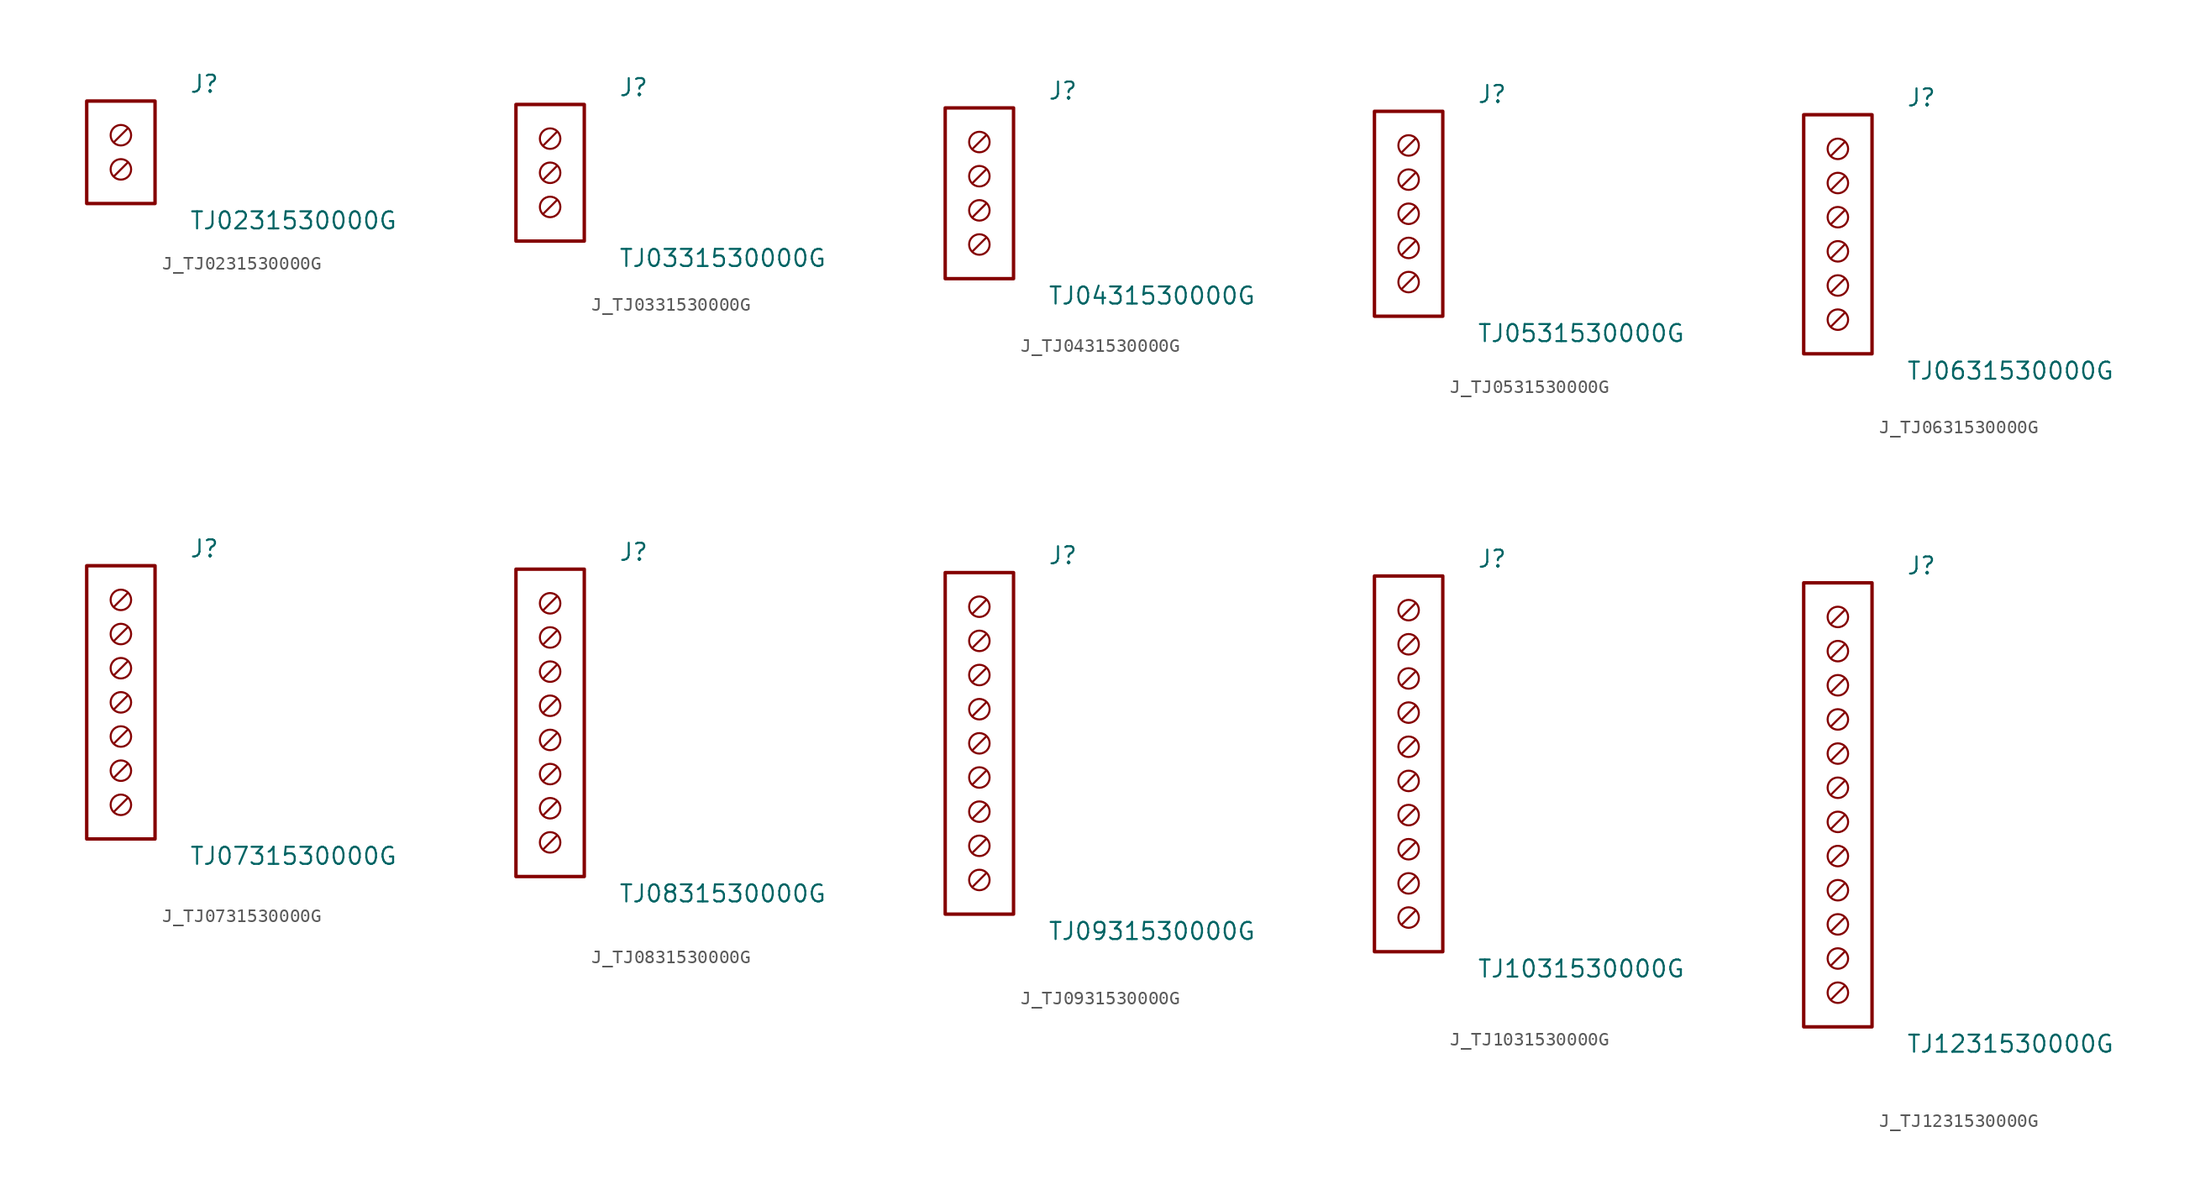
<source format=kicad_sym>
(kicad_symbol_lib
  (version 20231120)
  (generator kicad_symbol_editor)
  (generator_version 8.0)
  (symbol "J_TJ0231530000G"
    (pin_names
      (offset 0.254))
    (property "Reference" "J"
      (at 5.08 5.08 0)
      (effects (font (size 1.27 1.27)) (justify left)))
    (property "Value" "TJ0231530000G"
      (at 5.08 -5.08 0)
      (effects (font (size 1.27 1.27)) (justify left)))
    (symbol "J_TJ0231530000G_0_0"
      (circle (center 0 1.27) (radius 0.762) (stroke (width 0) (type default)) (fill (type none)))
      (polyline (pts (xy 0.508 1.778) (xy -0.508 0.762)) (stroke (width 0) (type default)) (fill (type none)))
      (circle (center 0 -1.27) (radius 0.762) (stroke (width 0) (type default)) (fill (type none)))
      (polyline (pts (xy 0.508 -0.762) (xy -0.508 -1.778)) (stroke (width 0) (type default)) (fill (type none))))
    (symbol "J_TJ0231530000G_1_0"
      (rectangle (start -2.54 3.81) (end 2.54 -3.81) (stroke (width 0.254) (type solid)) (fill (type none)))))
  (symbol "J_TJ0331530000G"
    (pin_names
      (offset 0.254))
    (property "Reference" "J"
      (at 5.08 6.35 0)
      (effects (font (size 1.27 1.27)) (justify left)))
    (property "Value" "TJ0331530000G"
      (at 5.08 -6.35 0)
      (effects (font (size 1.27 1.27)) (justify left)))
    (symbol "J_TJ0331530000G_0_0"
      (circle (center 0 2.54) (radius 0.762) (stroke (width 0) (type default)) (fill (type none)))
      (polyline (pts (xy 0.508 3.048) (xy -0.508 2.032)) (stroke (width 0) (type default)) (fill (type none)))
      (circle (center 0 0.0) (radius 0.762) (stroke (width 0) (type default)) (fill (type none)))
      (polyline (pts (xy 0.508 0.508) (xy -0.508 -0.508)) (stroke (width 0) (type default)) (fill (type none)))
      (circle (center 0 -2.54) (radius 0.762) (stroke (width 0) (type default)) (fill (type none)))
      (polyline (pts (xy 0.508 -2.032) (xy -0.508 -3.048)) (stroke (width 0) (type default)) (fill (type none))))
    (symbol "J_TJ0331530000G_1_0"
      (rectangle (start -2.54 5.08) (end 2.54 -5.08) (stroke (width 0.254) (type solid)) (fill (type none)))))
  (symbol "J_TJ0431530000G"
    (pin_names
      (offset 0.254))
    (property "Reference" "J"
      (at 5.08 7.62 0)
      (effects (font (size 1.27 1.27)) (justify left)))
    (property "Value" "TJ0431530000G"
      (at 5.08 -7.62 0)
      (effects (font (size 1.27 1.27)) (justify left)))
    (symbol "J_TJ0431530000G_0_0"
      (circle (center 0 3.81) (radius 0.762) (stroke (width 0) (type default)) (fill (type none)))
      (polyline (pts (xy 0.508 4.318) (xy -0.508 3.302)) (stroke (width 0) (type default)) (fill (type none)))
      (circle (center 0 1.27) (radius 0.762) (stroke (width 0) (type default)) (fill (type none)))
      (polyline (pts (xy 0.508 1.778) (xy -0.508 0.762)) (stroke (width 0) (type default)) (fill (type none)))
      (circle (center 0 -1.27) (radius 0.762) (stroke (width 0) (type default)) (fill (type none)))
      (polyline (pts (xy 0.508 -0.762) (xy -0.508 -1.778)) (stroke (width 0) (type default)) (fill (type none)))
      (circle (center 0 -3.81) (radius 0.762) (stroke (width 0) (type default)) (fill (type none)))
      (polyline (pts (xy 0.508 -3.302) (xy -0.508 -4.318)) (stroke (width 0) (type default)) (fill (type none))))
    (symbol "J_TJ0431530000G_1_0"
      (rectangle (start -2.54 6.35) (end 2.54 -6.35) (stroke (width 0.254) (type solid)) (fill (type none)))))
  (symbol "J_TJ0531530000G"
    (pin_names
      (offset 0.254))
    (property "Reference" "J"
      (at 5.08 8.89 0)
      (effects (font (size 1.27 1.27)) (justify left)))
    (property "Value" "TJ0531530000G"
      (at 5.08 -8.89 0)
      (effects (font (size 1.27 1.27)) (justify left)))
    (symbol "J_TJ0531530000G_0_0"
      (circle (center 0 5.08) (radius 0.762) (stroke (width 0) (type default)) (fill (type none)))
      (polyline (pts (xy 0.508 5.588) (xy -0.508 4.572)) (stroke (width 0) (type default)) (fill (type none)))
      (circle (center 0 2.54) (radius 0.762) (stroke (width 0) (type default)) (fill (type none)))
      (polyline (pts (xy 0.508 3.048) (xy -0.508 2.032)) (stroke (width 0) (type default)) (fill (type none)))
      (circle (center 0 0.0) (radius 0.762) (stroke (width 0) (type default)) (fill (type none)))
      (polyline (pts (xy 0.508 0.508) (xy -0.508 -0.508)) (stroke (width 0) (type default)) (fill (type none)))
      (circle (center 0 -2.54) (radius 0.762) (stroke (width 0) (type default)) (fill (type none)))
      (polyline (pts (xy 0.508 -2.032) (xy -0.508 -3.048)) (stroke (width 0) (type default)) (fill (type none)))
      (circle (center 0 -5.08) (radius 0.762) (stroke (width 0) (type default)) (fill (type none)))
      (polyline (pts (xy 0.508 -4.572) (xy -0.508 -5.588)) (stroke (width 0) (type default)) (fill (type none))))
    (symbol "J_TJ0531530000G_1_0"
      (rectangle (start -2.54 7.62) (end 2.54 -7.62) (stroke (width 0.254) (type solid)) (fill (type none)))))
  (symbol "J_TJ0631530000G"
    (pin_names
      (offset 0.254))
    (property "Reference" "J"
      (at 5.08 10.16 0)
      (effects (font (size 1.27 1.27)) (justify left)))
    (property "Value" "TJ0631530000G"
      (at 5.08 -10.16 0)
      (effects (font (size 1.27 1.27)) (justify left)))
    (symbol "J_TJ0631530000G_0_0"
      (circle (center 0 6.35) (radius 0.762) (stroke (width 0) (type default)) (fill (type none)))
      (polyline (pts (xy 0.508 6.858) (xy -0.508 5.842)) (stroke (width 0) (type default)) (fill (type none)))
      (circle (center 0 3.81) (radius 0.762) (stroke (width 0) (type default)) (fill (type none)))
      (polyline (pts (xy 0.508 4.318) (xy -0.508 3.302)) (stroke (width 0) (type default)) (fill (type none)))
      (circle (center 0 1.27) (radius 0.762) (stroke (width 0) (type default)) (fill (type none)))
      (polyline (pts (xy 0.508 1.778) (xy -0.508 0.762)) (stroke (width 0) (type default)) (fill (type none)))
      (circle (center 0 -1.27) (radius 0.762) (stroke (width 0) (type default)) (fill (type none)))
      (polyline (pts (xy 0.508 -0.762) (xy -0.508 -1.778)) (stroke (width 0) (type default)) (fill (type none)))
      (circle (center 0 -3.81) (radius 0.762) (stroke (width 0) (type default)) (fill (type none)))
      (polyline (pts (xy 0.508 -3.302) (xy -0.508 -4.318)) (stroke (width 0) (type default)) (fill (type none)))
      (circle (center 0 -6.35) (radius 0.762) (stroke (width 0) (type default)) (fill (type none)))
      (polyline (pts (xy 0.508 -5.842) (xy -0.508 -6.858)) (stroke (width 0) (type default)) (fill (type none))))
    (symbol "J_TJ0631530000G_1_0"
      (rectangle (start -2.54 8.89) (end 2.54 -8.89) (stroke (width 0.254) (type solid)) (fill (type none)))))
  (symbol "J_TJ0731530000G"
    (pin_names
      (offset 0.254))
    (property "Reference" "J"
      (at 5.08 11.43 0)
      (effects (font (size 1.27 1.27)) (justify left)))
    (property "Value" "TJ0731530000G"
      (at 5.08 -11.43 0)
      (effects (font (size 1.27 1.27)) (justify left)))
    (symbol "J_TJ0731530000G_0_0"
      (circle (center 0 7.62) (radius 0.762) (stroke (width 0) (type default)) (fill (type none)))
      (polyline (pts (xy 0.508 8.128) (xy -0.508 7.112)) (stroke (width 0) (type default)) (fill (type none)))
      (circle (center 0 5.08) (radius 0.762) (stroke (width 0) (type default)) (fill (type none)))
      (polyline (pts (xy 0.508 5.588) (xy -0.508 4.572)) (stroke (width 0) (type default)) (fill (type none)))
      (circle (center 0 2.54) (radius 0.762) (stroke (width 0) (type default)) (fill (type none)))
      (polyline (pts (xy 0.508 3.048) (xy -0.508 2.032)) (stroke (width 0) (type default)) (fill (type none)))
      (circle (center 0 0.0) (radius 0.762) (stroke (width 0) (type default)) (fill (type none)))
      (polyline (pts (xy 0.508 0.508) (xy -0.508 -0.508)) (stroke (width 0) (type default)) (fill (type none)))
      (circle (center 0 -2.54) (radius 0.762) (stroke (width 0) (type default)) (fill (type none)))
      (polyline (pts (xy 0.508 -2.032) (xy -0.508 -3.048)) (stroke (width 0) (type default)) (fill (type none)))
      (circle (center 0 -5.08) (radius 0.762) (stroke (width 0) (type default)) (fill (type none)))
      (polyline (pts (xy 0.508 -4.572) (xy -0.508 -5.588)) (stroke (width 0) (type default)) (fill (type none)))
      (circle (center 0 -7.62) (radius 0.762) (stroke (width 0) (type default)) (fill (type none)))
      (polyline (pts (xy 0.508 -7.112) (xy -0.508 -8.128)) (stroke (width 0) (type default)) (fill (type none))))
    (symbol "J_TJ0731530000G_1_0"
      (rectangle (start -2.54 10.16) (end 2.54 -10.16) (stroke (width 0.254) (type solid)) (fill (type none)))))
  (symbol "J_TJ0831530000G"
    (pin_names
      (offset 0.254))
    (property "Reference" "J"
      (at 5.08 12.7 0)
      (effects (font (size 1.27 1.27)) (justify left)))
    (property "Value" "TJ0831530000G"
      (at 5.08 -12.7 0)
      (effects (font (size 1.27 1.27)) (justify left)))
    (symbol "J_TJ0831530000G_0_0"
      (circle (center 0 8.89) (radius 0.762) (stroke (width 0) (type default)) (fill (type none)))
      (polyline (pts (xy 0.508 9.398) (xy -0.508 8.382)) (stroke (width 0) (type default)) (fill (type none)))
      (circle (center 0 6.35) (radius 0.762) (stroke (width 0) (type default)) (fill (type none)))
      (polyline (pts (xy 0.508 6.858) (xy -0.508 5.842)) (stroke (width 0) (type default)) (fill (type none)))
      (circle (center 0 3.81) (radius 0.762) (stroke (width 0) (type default)) (fill (type none)))
      (polyline (pts (xy 0.508 4.318) (xy -0.508 3.302)) (stroke (width 0) (type default)) (fill (type none)))
      (circle (center 0 1.27) (radius 0.762) (stroke (width 0) (type default)) (fill (type none)))
      (polyline (pts (xy 0.508 1.778) (xy -0.508 0.762)) (stroke (width 0) (type default)) (fill (type none)))
      (circle (center 0 -1.27) (radius 0.762) (stroke (width 0) (type default)) (fill (type none)))
      (polyline (pts (xy 0.508 -0.762) (xy -0.508 -1.778)) (stroke (width 0) (type default)) (fill (type none)))
      (circle (center 0 -3.81) (radius 0.762) (stroke (width 0) (type default)) (fill (type none)))
      (polyline (pts (xy 0.508 -3.302) (xy -0.508 -4.318)) (stroke (width 0) (type default)) (fill (type none)))
      (circle (center 0 -6.35) (radius 0.762) (stroke (width 0) (type default)) (fill (type none)))
      (polyline (pts (xy 0.508 -5.842) (xy -0.508 -6.858)) (stroke (width 0) (type default)) (fill (type none)))
      (circle (center 0 -8.89) (radius 0.762) (stroke (width 0) (type default)) (fill (type none)))
      (polyline (pts (xy 0.508 -8.382) (xy -0.508 -9.398)) (stroke (width 0) (type default)) (fill (type none))))
    (symbol "J_TJ0831530000G_1_0"
      (rectangle (start -2.54 11.43) (end 2.54 -11.43) (stroke (width 0.254) (type solid)) (fill (type none)))))
  (symbol "J_TJ0931530000G"
    (pin_names
      (offset 0.254))
    (property "Reference" "J"
      (at 5.08 13.97 0)
      (effects (font (size 1.27 1.27)) (justify left)))
    (property "Value" "TJ0931530000G"
      (at 5.08 -13.97 0)
      (effects (font (size 1.27 1.27)) (justify left)))
    (symbol "J_TJ0931530000G_0_0"
      (circle (center 0 10.16) (radius 0.762) (stroke (width 0) (type default)) (fill (type none)))
      (polyline (pts (xy 0.508 10.668) (xy -0.508 9.652)) (stroke (width 0) (type default)) (fill (type none)))
      (circle (center 0 7.62) (radius 0.762) (stroke (width 0) (type default)) (fill (type none)))
      (polyline (pts (xy 0.508 8.128) (xy -0.508 7.112)) (stroke (width 0) (type default)) (fill (type none)))
      (circle (center 0 5.08) (radius 0.762) (stroke (width 0) (type default)) (fill (type none)))
      (polyline (pts (xy 0.508 5.588) (xy -0.508 4.572)) (stroke (width 0) (type default)) (fill (type none)))
      (circle (center 0 2.54) (radius 0.762) (stroke (width 0) (type default)) (fill (type none)))
      (polyline (pts (xy 0.508 3.048) (xy -0.508 2.032)) (stroke (width 0) (type default)) (fill (type none)))
      (circle (center 0 0.0) (radius 0.762) (stroke (width 0) (type default)) (fill (type none)))
      (polyline (pts (xy 0.508 0.508) (xy -0.508 -0.508)) (stroke (width 0) (type default)) (fill (type none)))
      (circle (center 0 -2.54) (radius 0.762) (stroke (width 0) (type default)) (fill (type none)))
      (polyline (pts (xy 0.508 -2.032) (xy -0.508 -3.048)) (stroke (width 0) (type default)) (fill (type none)))
      (circle (center 0 -5.08) (radius 0.762) (stroke (width 0) (type default)) (fill (type none)))
      (polyline (pts (xy 0.508 -4.572) (xy -0.508 -5.588)) (stroke (width 0) (type default)) (fill (type none)))
      (circle (center 0 -7.62) (radius 0.762) (stroke (width 0) (type default)) (fill (type none)))
      (polyline (pts (xy 0.508 -7.112) (xy -0.508 -8.128)) (stroke (width 0) (type default)) (fill (type none)))
      (circle (center 0 -10.16) (radius 0.762) (stroke (width 0) (type default)) (fill (type none)))
      (polyline (pts (xy 0.508 -9.652) (xy -0.508 -10.668)) (stroke (width 0) (type default)) (fill (type none))))
    (symbol "J_TJ0931530000G_1_0"
      (rectangle (start -2.54 12.7) (end 2.54 -12.7) (stroke (width 0.254) (type solid)) (fill (type none)))))
  (symbol "J_TJ1031530000G"
    (pin_names
      (offset 0.254))
    (property "Reference" "J"
      (at 5.08 15.24 0)
      (effects (font (size 1.27 1.27)) (justify left)))
    (property "Value" "TJ1031530000G"
      (at 5.08 -15.24 0)
      (effects (font (size 1.27 1.27)) (justify left)))
    (symbol "J_TJ1031530000G_0_0"
      (circle (center 0 11.43) (radius 0.762) (stroke (width 0) (type default)) (fill (type none)))
      (polyline (pts (xy 0.508 11.938) (xy -0.508 10.922)) (stroke (width 0) (type default)) (fill (type none)))
      (circle (center 0 8.89) (radius 0.762) (stroke (width 0) (type default)) (fill (type none)))
      (polyline (pts (xy 0.508 9.398) (xy -0.508 8.382)) (stroke (width 0) (type default)) (fill (type none)))
      (circle (center 0 6.35) (radius 0.762) (stroke (width 0) (type default)) (fill (type none)))
      (polyline (pts (xy 0.508 6.858) (xy -0.508 5.842)) (stroke (width 0) (type default)) (fill (type none)))
      (circle (center 0 3.81) (radius 0.762) (stroke (width 0) (type default)) (fill (type none)))
      (polyline (pts (xy 0.508 4.318) (xy -0.508 3.302)) (stroke (width 0) (type default)) (fill (type none)))
      (circle (center 0 1.27) (radius 0.762) (stroke (width 0) (type default)) (fill (type none)))
      (polyline (pts (xy 0.508 1.778) (xy -0.508 0.762)) (stroke (width 0) (type default)) (fill (type none)))
      (circle (center 0 -1.27) (radius 0.762) (stroke (width 0) (type default)) (fill (type none)))
      (polyline (pts (xy 0.508 -0.762) (xy -0.508 -1.778)) (stroke (width 0) (type default)) (fill (type none)))
      (circle (center 0 -3.81) (radius 0.762) (stroke (width 0) (type default)) (fill (type none)))
      (polyline (pts (xy 0.508 -3.302) (xy -0.508 -4.318)) (stroke (width 0) (type default)) (fill (type none)))
      (circle (center 0 -6.35) (radius 0.762) (stroke (width 0) (type default)) (fill (type none)))
      (polyline (pts (xy 0.508 -5.842) (xy -0.508 -6.858)) (stroke (width 0) (type default)) (fill (type none)))
      (circle (center 0 -8.89) (radius 0.762) (stroke (width 0) (type default)) (fill (type none)))
      (polyline (pts (xy 0.508 -8.382) (xy -0.508 -9.398)) (stroke (width 0) (type default)) (fill (type none)))
      (circle (center 0 -11.43) (radius 0.762) (stroke (width 0) (type default)) (fill (type none)))
      (polyline (pts (xy 0.508 -10.922) (xy -0.508 -11.938)) (stroke (width 0) (type default)) (fill (type none))))
    (symbol "J_TJ1031530000G_1_0"
      (rectangle (start -2.54 13.97) (end 2.54 -13.97) (stroke (width 0.254) (type solid)) (fill (type none)))))
  (symbol "J_TJ1231530000G"
    (pin_names
      (offset 0.254))
    (property "Reference" "J"
      (at 5.08 17.78 0)
      (effects (font (size 1.27 1.27)) (justify left)))
    (property "Value" "TJ1231530000G"
      (at 5.08 -17.78 0)
      (effects (font (size 1.27 1.27)) (justify left)))
    (symbol "J_TJ1231530000G_0_0"
      (circle (center 0 13.97) (radius 0.762) (stroke (width 0) (type default)) (fill (type none)))
      (polyline (pts (xy 0.508 14.478) (xy -0.508 13.462)) (stroke (width 0) (type default)) (fill (type none)))
      (circle (center 0 11.43) (radius 0.762) (stroke (width 0) (type default)) (fill (type none)))
      (polyline (pts (xy 0.508 11.938) (xy -0.508 10.922)) (stroke (width 0) (type default)) (fill (type none)))
      (circle (center 0 8.89) (radius 0.762) (stroke (width 0) (type default)) (fill (type none)))
      (polyline (pts (xy 0.508 9.398) (xy -0.508 8.382)) (stroke (width 0) (type default)) (fill (type none)))
      (circle (center 0 6.35) (radius 0.762) (stroke (width 0) (type default)) (fill (type none)))
      (polyline (pts (xy 0.508 6.858) (xy -0.508 5.842)) (stroke (width 0) (type default)) (fill (type none)))
      (circle (center 0 3.81) (radius 0.762) (stroke (width 0) (type default)) (fill (type none)))
      (polyline (pts (xy 0.508 4.318) (xy -0.508 3.302)) (stroke (width 0) (type default)) (fill (type none)))
      (circle (center 0 1.27) (radius 0.762) (stroke (width 0) (type default)) (fill (type none)))
      (polyline (pts (xy 0.508 1.778) (xy -0.508 0.762)) (stroke (width 0) (type default)) (fill (type none)))
      (circle (center 0 -1.27) (radius 0.762) (stroke (width 0) (type default)) (fill (type none)))
      (polyline (pts (xy 0.508 -0.762) (xy -0.508 -1.778)) (stroke (width 0) (type default)) (fill (type none)))
      (circle (center 0 -3.81) (radius 0.762) (stroke (width 0) (type default)) (fill (type none)))
      (polyline (pts (xy 0.508 -3.302) (xy -0.508 -4.318)) (stroke (width 0) (type default)) (fill (type none)))
      (circle (center 0 -6.35) (radius 0.762) (stroke (width 0) (type default)) (fill (type none)))
      (polyline (pts (xy 0.508 -5.842) (xy -0.508 -6.858)) (stroke (width 0) (type default)) (fill (type none)))
      (circle (center 0 -8.89) (radius 0.762) (stroke (width 0) (type default)) (fill (type none)))
      (polyline (pts (xy 0.508 -8.382) (xy -0.508 -9.398)) (stroke (width 0) (type default)) (fill (type none)))
      (circle (center 0 -11.43) (radius 0.762) (stroke (width 0) (type default)) (fill (type none)))
      (polyline (pts (xy 0.508 -10.922) (xy -0.508 -11.938)) (stroke (width 0) (type default)) (fill (type none)))
      (circle (center 0 -13.97) (radius 0.762) (stroke (width 0) (type default)) (fill (type none)))
      (polyline (pts (xy 0.508 -13.462) (xy -0.508 -14.478)) (stroke (width 0) (type default)) (fill (type none))))
    (symbol "J_TJ1231530000G_1_0"
      (rectangle (start -2.54 16.51) (end 2.54 -16.51) (stroke (width 0.254) (type solid)) (fill (type none))))))
</source>
